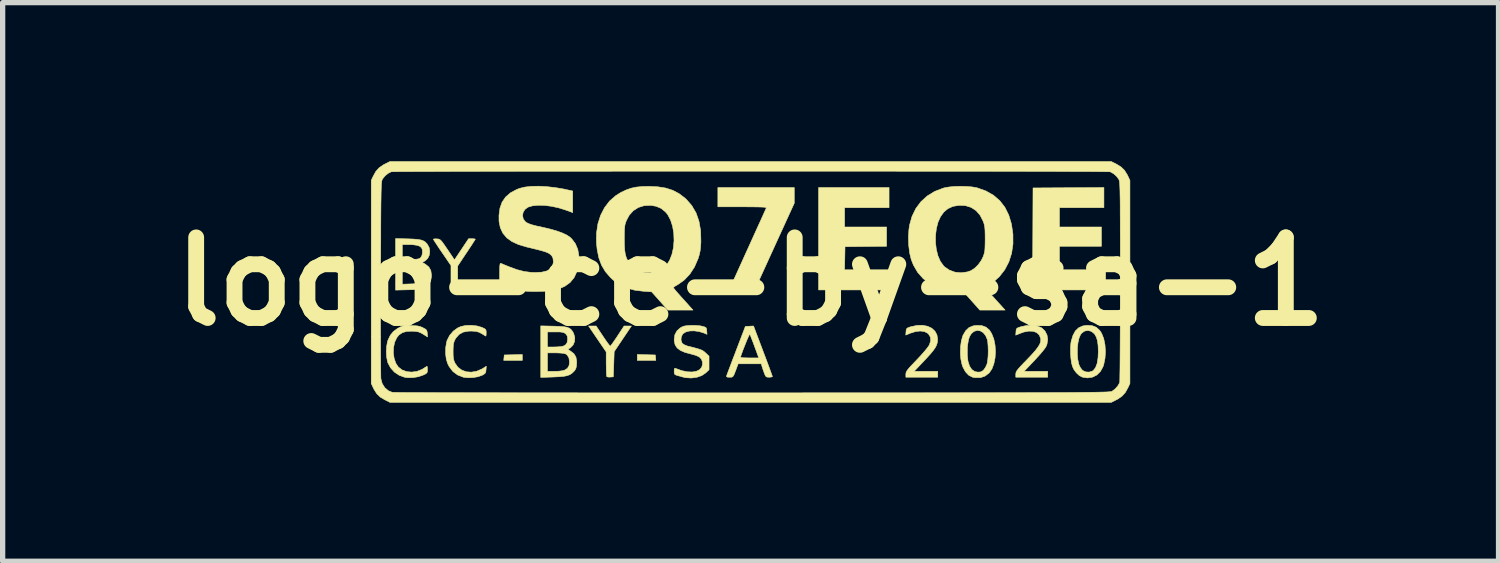
<source format=kicad_pcb>
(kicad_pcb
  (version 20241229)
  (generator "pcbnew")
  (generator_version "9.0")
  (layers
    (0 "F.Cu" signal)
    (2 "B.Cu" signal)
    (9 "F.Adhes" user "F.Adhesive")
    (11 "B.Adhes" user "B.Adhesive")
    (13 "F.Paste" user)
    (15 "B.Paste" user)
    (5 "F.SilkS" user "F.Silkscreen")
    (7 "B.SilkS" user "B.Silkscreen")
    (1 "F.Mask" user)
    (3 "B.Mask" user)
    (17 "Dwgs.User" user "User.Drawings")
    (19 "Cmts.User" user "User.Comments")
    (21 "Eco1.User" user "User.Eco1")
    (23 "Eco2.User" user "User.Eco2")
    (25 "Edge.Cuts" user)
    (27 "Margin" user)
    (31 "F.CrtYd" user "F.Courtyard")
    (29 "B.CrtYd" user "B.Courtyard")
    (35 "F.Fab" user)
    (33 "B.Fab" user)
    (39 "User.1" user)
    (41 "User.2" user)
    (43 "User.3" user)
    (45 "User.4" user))
  (footprint "logo-cc-by-sa-1"
    (layer "F.Cu")
    (at 11.147 2.275)
    (property "Reference" "logo-cc-by-sa-1" (at 0 0 0) (layer "F.SilkS") (effects (font (size 1.524 1.524) (thickness 0.3))))
    (attr through_hole)
    (fp_poly (pts (xy -1.802 1.389) (xy -1.797 1.441) (xy -1.792 1.492) (xy -2.143 1.492) (xy -2.143 1.38) (xy -1.802 1.389)) (stroke (width 0.01) (type solid)) (fill yes) (layer "F.SilkS"))
    (fp_poly (pts (xy -4.318 1.492) (xy -4.669 1.492) (xy -4.664 1.441) (xy -4.659 1.389) (xy -4.489 1.385) (xy -4.318 1.38) (xy -4.318 1.492)) (stroke (width 0.01) (type solid)) (fill yes) (layer "F.SilkS"))
    (fp_poly (pts (xy 6.683 -1.397) (xy 5.842 -1.397) (xy 5.842 -1.032) (xy 6.636 -1.032) (xy 6.636 -0.667) (xy 5.842 -0.667) (xy 5.842 -0.222) (xy 6.715 -0.222) (xy 6.715 0.159) (xy 5.334 0.159) (xy 5.338 -0.806) (xy 5.342 -1.77) (xy 6.683 -1.778) (xy 6.683 -1.397)) (stroke (width 0.01) (type solid)) (fill yes) (layer "F.SilkS"))
    (fp_poly (pts (xy 2.619 -1.397) (xy 1.778 -1.397) (xy 1.778 -1.032) (xy 2.572 -1.032) (xy 2.572 -0.667) (xy 2.179 -0.663) (xy 1.786 -0.659) (xy 1.782 -0.441) (xy 1.777 -0.222) (xy 2.651 -0.222) (xy 2.651 0.159) (xy 1.286 0.159) (xy 1.286 -1.778) (xy 2.619 -1.778) (xy 2.619 -1.397)) (stroke (width 0.01) (type solid)) (fill yes) (layer "F.SilkS"))
    (fp_poly (pts (xy -2.794 1.032) (xy -2.748 1.1) (xy -2.708 1.157) (xy -2.676 1.198) (xy -2.658 1.22) (xy -2.655 1.222) (xy -2.642 1.209) (xy -2.616 1.175) (xy -2.58 1.123) (xy -2.536 1.059) (xy -2.518 1.032) (xy -2.393 0.841) (xy -2.254 0.841) (xy -2.417 1.083) (xy -2.58 1.326) (xy -2.588 1.564) (xy -2.596 1.802) (xy -2.652 1.807) (xy -2.692 1.807) (xy -2.718 1.801) (xy -2.719 1.8) (xy -2.723 1.781) (xy -2.727 1.736) (xy -2.729 1.671) (xy -2.73 1.593) (xy -2.731 1.56) (xy -2.731 1.331) (xy -2.898 1.086) (xy -3.065 0.841) (xy -2.922 0.841) (xy -2.794 1.032)) (stroke (width 0.01) (type solid)) (fill yes) (layer "F.SilkS"))
    (fp_poly (pts (xy -5.231 -0.808) (xy -5.209 -0.803) (xy -5.207 -0.801) (xy -5.215 -0.786) (xy -5.239 -0.749) (xy -5.274 -0.694) (xy -5.32 -0.625) (xy -5.371 -0.547) (xy -5.374 -0.544) (xy -5.54 -0.294) (xy -5.54 0.159) (xy -5.667 0.159) (xy -5.667 -0.303) (xy -5.834 -0.547) (xy -5.887 -0.624) (xy -5.932 -0.693) (xy -5.969 -0.748) (xy -5.992 -0.785) (xy -6.001 -0.801) (xy -5.987 -0.806) (xy -5.951 -0.807) (xy -5.933 -0.807) (xy -5.907 -0.804) (xy -5.885 -0.798) (xy -5.865 -0.784) (xy -5.841 -0.759) (xy -5.81 -0.718) (xy -5.769 -0.658) (xy -5.733 -0.606) (xy -5.601 -0.41) (xy -5.467 -0.61) (xy -5.334 -0.81) (xy -5.27 -0.81) (xy -5.231 -0.808)) (stroke (width 0.01) (type solid)) (fill yes) (layer "F.SilkS"))
    (fp_poly (pts (xy 0.826 -1.481) (xy 0.453 -0.665) (xy 0.081 0.151) (xy -0.158 0.155) (xy -0.241 0.156) (xy -0.311 0.156) (xy -0.364 0.154) (xy -0.393 0.151) (xy -0.397 0.149) (xy -0.39 0.133) (xy -0.372 0.091) (xy -0.343 0.025) (xy -0.305 -0.062) (xy -0.258 -0.166) (xy -0.204 -0.286) (xy -0.144 -0.418) (xy -0.08 -0.56) (xy -0.054 -0.616) (xy 0.012 -0.762) (xy 0.074 -0.899) (xy 0.131 -1.025) (xy 0.182 -1.136) (xy 0.225 -1.231) (xy 0.259 -1.307) (xy 0.283 -1.36) (xy 0.295 -1.388) (xy 0.297 -1.392) (xy 0.294 -1.398) (xy 0.279 -1.403) (xy 0.248 -1.407) (xy 0.198 -1.409) (xy 0.127 -1.411) (xy 0.031 -1.412) (xy -0.092 -1.413) (xy -0.157 -1.413) (xy -0.619 -1.413) (xy -0.619 -1.778) (xy 0.826 -1.778) (xy 0.826 -1.481)) (stroke (width 0.01) (type solid)) (fill yes) (layer "F.SilkS"))
    (fp_poly (pts (xy 3.348 0.846) (xy 3.427 0.883) (xy 3.487 0.939) (xy 3.525 1.009) (xy 3.538 1.094) (xy 3.537 1.117) (xy 3.53 1.161) (xy 3.517 1.204) (xy 3.493 1.25) (xy 3.457 1.302) (xy 3.405 1.365) (xy 3.336 1.442) (xy 3.263 1.52) (xy 3.093 1.699) (xy 3.54 1.699) (xy 3.54 1.81) (xy 2.937 1.81) (xy 2.937 1.752) (xy 2.939 1.73) (xy 2.946 1.708) (xy 2.962 1.681) (xy 2.989 1.646) (xy 3.031 1.599) (xy 3.091 1.536) (xy 3.142 1.483) (xy 3.217 1.403) (xy 3.282 1.329) (xy 3.335 1.266) (xy 3.37 1.217) (xy 3.381 1.199) (xy 3.407 1.121) (xy 3.402 1.054) (xy 3.367 0.995) (xy 3.348 0.977) (xy 3.287 0.946) (xy 3.208 0.936) (xy 3.117 0.947) (xy 3.027 0.975) (xy 2.935 1.013) (xy 2.94 0.948) (xy 2.944 0.91) (xy 2.955 0.888) (xy 2.98 0.872) (xy 3.027 0.856) (xy 3.032 0.855) (xy 3.147 0.83) (xy 3.253 0.827) (xy 3.348 0.846)) (stroke (width 0.01) (type solid)) (fill yes) (layer "F.SilkS"))
    (fp_poly (pts (xy 5.415 0.84) (xy 5.492 0.869) (xy 5.506 0.877) (xy 5.568 0.936) (xy 5.607 1.012) (xy 5.62 1.097) (xy 5.606 1.186) (xy 5.588 1.23) (xy 5.567 1.263) (xy 5.528 1.313) (xy 5.475 1.376) (xy 5.413 1.445) (xy 5.365 1.497) (xy 5.173 1.699) (xy 5.62 1.699) (xy 5.62 1.81) (xy 5.016 1.81) (xy 5.016 1.752) (xy 5.018 1.73) (xy 5.025 1.707) (xy 5.041 1.681) (xy 5.068 1.647) (xy 5.109 1.601) (xy 5.167 1.54) (xy 5.223 1.483) (xy 5.315 1.386) (xy 5.385 1.307) (xy 5.435 1.242) (xy 5.468 1.188) (xy 5.485 1.141) (xy 5.489 1.098) (xy 5.486 1.075) (xy 5.46 1.011) (xy 5.412 0.966) (xy 5.344 0.941) (xy 5.261 0.938) (xy 5.166 0.956) (xy 5.111 0.976) (xy 5.015 1.014) (xy 5.02 0.948) (xy 5.023 0.912) (xy 5.033 0.89) (xy 5.056 0.874) (xy 5.1 0.859) (xy 5.12 0.853) (xy 5.219 0.832) (xy 5.321 0.828) (xy 5.415 0.84)) (stroke (width 0.01) (type solid)) (fill yes) (layer "F.SilkS"))
    (fp_poly (pts (xy 4.375 0.834) (xy 4.455 0.864) (xy 4.519 0.92) (xy 4.56 0.985) (xy 4.601 1.089) (xy 4.624 1.205) (xy 4.632 1.326) (xy 4.624 1.446) (xy 4.601 1.557) (xy 4.564 1.654) (xy 4.512 1.729) (xy 4.435 1.788) (xy 4.346 1.819) (xy 4.248 1.819) (xy 4.195 1.808) (xy 4.124 1.771) (xy 4.064 1.707) (xy 4.016 1.619) (xy 3.999 1.57) (xy 3.977 1.468) (xy 3.971 1.392) (xy 4.099 1.392) (xy 4.112 1.508) (xy 4.141 1.599) (xy 4.184 1.664) (xy 4.241 1.703) (xy 4.302 1.714) (xy 4.354 1.709) (xy 4.393 1.687) (xy 4.413 1.667) (xy 4.444 1.622) (xy 4.47 1.565) (xy 4.476 1.544) (xy 4.486 1.482) (xy 4.493 1.401) (xy 4.495 1.31) (xy 4.492 1.222) (xy 4.486 1.145) (xy 4.478 1.098) (xy 4.445 1.021) (xy 4.398 0.965) (xy 4.343 0.933) (xy 4.284 0.925) (xy 4.226 0.943) (xy 4.175 0.986) (xy 4.141 1.042) (xy 4.12 1.108) (xy 4.106 1.196) (xy 4.1 1.253) (xy 4.099 1.392) (xy 3.971 1.392) (xy 3.968 1.353) (xy 3.971 1.235) (xy 3.986 1.125) (xy 4.012 1.032) (xy 4.019 1.014) (xy 4.07 0.929) (xy 4.131 0.871) (xy 4.208 0.839) (xy 4.276 0.829) (xy 4.375 0.834)) (stroke (width 0.01) (type solid)) (fill yes) (layer "F.SilkS"))
    (fp_poly (pts (xy 6.458 0.834) (xy 6.538 0.865) (xy 6.603 0.924) (xy 6.639 0.979) (xy 6.679 1.078) (xy 6.703 1.195) (xy 6.712 1.323) (xy 6.704 1.45) (xy 6.68 1.569) (xy 6.666 1.611) (xy 6.617 1.701) (xy 6.549 1.768) (xy 6.466 1.809) (xy 6.371 1.823) (xy 6.275 1.808) (xy 6.217 1.778) (xy 6.16 1.725) (xy 6.112 1.659) (xy 6.088 1.606) (xy 6.07 1.538) (xy 6.058 1.449) (xy 6.053 1.369) (xy 6.18 1.369) (xy 6.188 1.47) (xy 6.207 1.558) (xy 6.216 1.586) (xy 6.242 1.635) (xy 6.274 1.675) (xy 6.283 1.683) (xy 6.339 1.709) (xy 6.404 1.713) (xy 6.465 1.694) (xy 6.482 1.683) (xy 6.524 1.63) (xy 6.555 1.549) (xy 6.572 1.441) (xy 6.577 1.326) (xy 6.573 1.211) (xy 6.561 1.121) (xy 6.54 1.052) (xy 6.509 0.997) (xy 6.5 0.986) (xy 6.445 0.942) (xy 6.383 0.926) (xy 6.32 0.936) (xy 6.265 0.974) (xy 6.24 1.006) (xy 6.212 1.073) (xy 6.192 1.161) (xy 6.181 1.263) (xy 6.18 1.369) (xy 6.053 1.369) (xy 6.052 1.35) (xy 6.051 1.252) (xy 6.058 1.167) (xy 6.064 1.13) (xy 6.098 1.018) (xy 6.144 0.933) (xy 6.205 0.875) (xy 6.283 0.84) (xy 6.359 0.828) (xy 6.458 0.834)) (stroke (width 0.01) (type solid)) (fill yes) (layer "F.SilkS"))
    (fp_poly (pts (xy -5.174 0.84) (xy -5.082 0.867) (xy -5.076 0.87) (xy -5.032 0.891) (xy -5.009 0.91) (xy -5.002 0.937) (xy -5.001 0.967) (xy -5.002 1.008) (xy -5.006 1.03) (xy -5.008 1.032) (xy -5.024 1.024) (xy -5.057 1.003) (xy -5.073 0.993) (xy -5.133 0.96) (xy -5.199 0.942) (xy -5.281 0.937) (xy -5.34 0.939) (xy -5.436 0.957) (xy -5.512 0.999) (xy -5.572 1.067) (xy -5.592 1.1) (xy -5.609 1.14) (xy -5.62 1.182) (xy -5.625 1.238) (xy -5.627 1.315) (xy -5.627 1.318) (xy -5.626 1.395) (xy -5.621 1.451) (xy -5.611 1.495) (xy -5.594 1.537) (xy -5.59 1.545) (xy -5.536 1.621) (xy -5.463 1.675) (xy -5.377 1.707) (xy -5.281 1.714) (xy -5.181 1.697) (xy -5.081 1.654) (xy -5.059 1.641) (xy -4.999 1.602) (xy -5.004 1.67) (xy -5.009 1.712) (xy -5.023 1.738) (xy -5.053 1.76) (xy -5.082 1.775) (xy -5.155 1.8) (xy -5.245 1.816) (xy -5.339 1.82) (xy -5.422 1.812) (xy -5.434 1.809) (xy -5.542 1.767) (xy -5.631 1.701) (xy -5.701 1.609) (xy -5.728 1.557) (xy -5.756 1.468) (xy -5.769 1.362) (xy -5.767 1.251) (xy -5.75 1.147) (xy -5.74 1.112) (xy -5.693 1.02) (xy -5.624 0.939) (xy -5.539 0.877) (xy -5.478 0.85) (xy -5.386 0.831) (xy -5.28 0.828) (xy -5.174 0.84)) (stroke (width 0.01) (type solid)) (fill yes) (layer "F.SilkS"))
    (fp_poly (pts (xy -6.353 0.835) (xy -6.298 0.84) (xy -6.254 0.85) (xy -6.211 0.867) (xy -6.199 0.873) (xy -6.153 0.898) (xy -6.129 0.919) (xy -6.119 0.947) (xy -6.115 0.98) (xy -6.11 1.048) (xy -6.193 0.996) (xy -6.243 0.968) (xy -6.288 0.951) (xy -6.342 0.943) (xy -6.398 0.939) (xy -6.502 0.943) (xy -6.585 0.966) (xy -6.65 1.01) (xy -6.691 1.061) (xy -6.732 1.146) (xy -6.753 1.246) (xy -6.757 1.351) (xy -6.742 1.454) (xy -6.71 1.546) (xy -6.663 1.617) (xy -6.592 1.672) (xy -6.506 1.704) (xy -6.41 1.713) (xy -6.311 1.7) (xy -6.217 1.663) (xy -6.184 1.643) (xy -6.148 1.619) (xy -6.123 1.605) (xy -6.119 1.603) (xy -6.115 1.617) (xy -6.112 1.653) (xy -6.112 1.668) (xy -6.113 1.704) (xy -6.123 1.728) (xy -6.147 1.747) (xy -6.193 1.769) (xy -6.198 1.771) (xy -6.283 1.8) (xy -6.382 1.817) (xy -6.479 1.819) (xy -6.54 1.812) (xy -6.645 1.774) (xy -6.737 1.713) (xy -6.81 1.632) (xy -6.86 1.538) (xy -6.866 1.519) (xy -6.884 1.43) (xy -6.89 1.328) (xy -6.884 1.227) (xy -6.868 1.138) (xy -6.859 1.11) (xy -6.814 1.016) (xy -6.756 0.945) (xy -6.679 0.888) (xy -6.665 0.881) (xy -6.622 0.858) (xy -6.584 0.844) (xy -6.541 0.837) (xy -6.484 0.834) (xy -6.429 0.833) (xy -6.353 0.835)) (stroke (width 0.01) (type solid)) (fill yes) (layer "F.SilkS"))
    (fp_poly (pts (xy 0.234 1.313) (xy 0.278 1.429) (xy 0.318 1.535) (xy 0.352 1.628) (xy 0.38 1.704) (xy 0.4 1.76) (xy 0.411 1.792) (xy 0.413 1.798) (xy 0.399 1.805) (xy 0.364 1.809) (xy 0.35 1.81) (xy 0.315 1.808) (xy 0.293 1.799) (xy 0.276 1.774) (xy 0.257 1.728) (xy 0.256 1.723) (xy 0.236 1.668) (xy 0.22 1.618) (xy 0.213 1.596) (xy 0.203 1.556) (xy -0.235 1.556) (xy -0.263 1.631) (xy -0.291 1.706) (xy -0.311 1.757) (xy -0.327 1.787) (xy -0.343 1.803) (xy -0.362 1.809) (xy -0.388 1.81) (xy -0.397 1.81) (xy -0.438 1.808) (xy -0.455 1.799) (xy -0.453 1.782) (xy -0.446 1.761) (xy -0.428 1.713) (xy -0.402 1.644) (xy -0.369 1.557) (xy -0.331 1.456) (xy -0.322 1.434) (xy -0.191 1.434) (xy -0.176 1.438) (xy -0.136 1.442) (xy -0.077 1.444) (xy -0.018 1.445) (xy 0.155 1.445) (xy 0.075 1.226) (xy 0.046 1.148) (xy 0.02 1.081) (xy -0.00009 1.029) (xy -0.013 1) (xy -0.015 0.996) (xy -0.023 1.006) (xy -0.04 1.041) (xy -0.063 1.092) (xy -0.089 1.156) (xy -0.116 1.224) (xy -0.143 1.292) (xy -0.165 1.353) (xy -0.182 1.401) (xy -0.19 1.431) (xy -0.191 1.434) (xy -0.322 1.434) (xy -0.288 1.345) (xy -0.272 1.302) (xy -0.099 0.849) (xy -0.022 0.845) (xy 0.056 0.841) (xy 0.234 1.313)) (stroke (width 0.01) (type solid)) (fill yes) (layer "F.SilkS"))
    (fp_poly (pts (xy -6.481 -0.807) (xy -6.373 -0.803) (xy -6.292 -0.796) (xy -6.231 -0.785) (xy -6.186 -0.768) (xy -6.15 -0.745) (xy -6.12 -0.712) (xy -6.114 -0.705) (xy -6.079 -0.64) (xy -6.068 -0.568) (xy -6.078 -0.496) (xy -6.109 -0.435) (xy -6.154 -0.394) (xy -6.209 -0.361) (xy -6.15 -0.327) (xy -6.086 -0.276) (xy -6.048 -0.208) (xy -6.036 -0.122) (xy -6.037 -0.091) (xy -6.051 -0.008) (xy -6.084 0.054) (xy -6.14 0.102) (xy -6.168 0.118) (xy -6.197 0.131) (xy -6.23 0.141) (xy -6.274 0.147) (xy -6.333 0.152) (xy -6.415 0.155) (xy -6.473 0.156) (xy -6.715 0.162) (xy -6.715 -0.302) (xy -6.588 -0.302) (xy -6.588 0.051) (xy -6.422 0.045) (xy -6.346 0.042) (xy -6.295 0.038) (xy -6.262 0.031) (xy -6.238 0.019) (xy -6.217 0.001) (xy -6.214 -0.002) (xy -6.181 -0.054) (xy -6.17 -0.117) (xy -6.178 -0.182) (xy -6.205 -0.239) (xy -6.249 -0.279) (xy -6.265 -0.286) (xy -6.298 -0.293) (xy -6.354 -0.299) (xy -6.421 -0.301) (xy -6.446 -0.302) (xy -6.588 -0.302) (xy -6.715 -0.302) (xy -6.715 -0.699) (xy -6.588 -0.699) (xy -6.588 -0.41) (xy -6.431 -0.415) (xy -6.354 -0.419) (xy -6.301 -0.425) (xy -6.267 -0.434) (xy -6.243 -0.448) (xy -6.241 -0.451) (xy -6.217 -0.49) (xy -6.206 -0.546) (xy -6.21 -0.604) (xy -6.217 -0.626) (xy -6.246 -0.661) (xy -6.301 -0.684) (xy -6.385 -0.696) (xy -6.452 -0.699) (xy -6.588 -0.699) (xy -6.715 -0.699) (xy -6.715 -0.813) (xy -6.481 -0.807)) (stroke (width 0.01) (type solid)) (fill yes) (layer "F.SilkS"))
    (fp_poly (pts (xy -3.727 0.844) (xy -3.616 0.848) (xy -3.532 0.854) (xy -3.47 0.866) (xy -3.425 0.884) (xy -3.392 0.911) (xy -3.365 0.948) (xy -3.347 0.981) (xy -3.325 1.057) (xy -3.329 1.133) (xy -3.357 1.2) (xy -3.407 1.252) (xy -3.427 1.264) (xy -3.448 1.276) (xy -3.448 1.287) (xy -3.425 1.304) (xy -3.406 1.315) (xy -3.342 1.365) (xy -3.304 1.427) (xy -3.29 1.507) (xy -3.29 1.552) (xy -3.296 1.612) (xy -3.308 1.653) (xy -3.33 1.687) (xy -3.342 1.7) (xy -3.379 1.735) (xy -3.418 1.761) (xy -3.466 1.779) (xy -3.527 1.792) (xy -3.607 1.8) (xy -3.713 1.805) (xy -3.735 1.806) (xy -3.969 1.814) (xy -3.969 1.349) (xy -3.842 1.349) (xy -3.842 1.699) (xy -3.706 1.699) (xy -3.626 1.696) (xy -3.558 1.687) (xy -3.517 1.676) (xy -3.463 1.641) (xy -3.433 1.588) (xy -3.425 1.52) (xy -3.436 1.445) (xy -3.468 1.391) (xy -3.503 1.367) (xy -3.536 1.359) (xy -3.591 1.353) (xy -3.658 1.35) (xy -3.692 1.349) (xy -3.842 1.349) (xy -3.969 1.349) (xy -3.969 0.953) (xy -3.842 0.953) (xy -3.842 1.238) (xy -3.717 1.238) (xy -3.65 1.236) (xy -3.588 1.23) (xy -3.545 1.222) (xy -3.542 1.221) (xy -3.496 1.195) (xy -3.47 1.155) (xy -3.461 1.094) (xy -3.461 1.082) (xy -3.467 1.032) (xy -3.489 0.998) (xy -3.503 0.985) (xy -3.528 0.969) (xy -3.558 0.96) (xy -3.602 0.954) (xy -3.668 0.953) (xy -3.693 0.953) (xy -3.842 0.953) (xy -3.969 0.953) (xy -3.969 0.839) (xy -3.727 0.844)) (stroke (width 0.01) (type solid)) (fill yes) (layer "F.SilkS"))
    (fp_poly (pts (xy -1.039 0.83) (xy -0.958 0.837) (xy -0.913 0.846) (xy -0.866 0.86) (xy -0.842 0.874) (xy -0.832 0.899) (xy -0.829 0.933) (xy -0.824 0.999) (xy -0.883 0.974) (xy -0.974 0.946) (xy -1.066 0.933) (xy -1.151 0.935) (xy -1.224 0.953) (xy -1.277 0.986) (xy -1.286 0.996) (xy -1.311 1.048) (xy -1.316 1.106) (xy -1.299 1.158) (xy -1.287 1.174) (xy -1.252 1.197) (xy -1.203 1.217) (xy -1.187 1.222) (xy -1.089 1.246) (xy -1.016 1.266) (xy -0.963 1.282) (xy -0.925 1.297) (xy -0.896 1.313) (xy -0.871 1.332) (xy -0.85 1.351) (xy -0.786 1.411) (xy -0.786 1.669) (xy -0.851 1.73) (xy -0.924 1.779) (xy -1.016 1.811) (xy -1.119 1.825) (xy -1.222 1.819) (xy -1.246 1.815) (xy -1.279 1.807) (xy -1.329 1.793) (xy -1.361 1.784) (xy -1.409 1.77) (xy -1.434 1.756) (xy -1.443 1.735) (xy -1.445 1.698) (xy -1.445 1.696) (xy -1.443 1.656) (xy -1.435 1.641) (xy -1.417 1.644) (xy -1.417 1.644) (xy -1.304 1.685) (xy -1.199 1.707) (xy -1.106 1.711) (xy -1.027 1.698) (xy -0.966 1.669) (xy -0.925 1.623) (xy -0.909 1.563) (xy -0.912 1.515) (xy -0.931 1.466) (xy -0.969 1.428) (xy -1.031 1.398) (xy -1.12 1.373) (xy -1.124 1.372) (xy -1.24 1.341) (xy -1.328 1.303) (xy -1.389 1.256) (xy -1.427 1.199) (xy -1.443 1.128) (xy -1.445 1.096) (xy -1.432 1.005) (xy -1.392 0.932) (xy -1.333 0.879) (xy -1.295 0.857) (xy -1.257 0.843) (xy -1.209 0.835) (xy -1.14 0.83) (xy -1.13 0.83) (xy -1.039 0.83)) (stroke (width 0.01) (type solid)) (fill yes) (layer "F.SilkS"))
    (fp_poly (pts (xy 4.088 -1.798) (xy 4.194 -1.789) (xy 4.28 -1.773) (xy 4.286 -1.772) (xy 4.451 -1.713) (xy 4.594 -1.632) (xy 4.713 -1.529) (xy 4.81 -1.404) (xy 4.883 -1.257) (xy 4.934 -1.088) (xy 4.962 -0.897) (xy 4.962 -0.897) (xy 4.963 -0.711) (xy 4.937 -0.535) (xy 4.885 -0.372) (xy 4.808 -0.224) (xy 4.707 -0.094) (xy 4.584 0.017) (xy 4.521 0.059) (xy 4.428 0.116) (xy 4.481 0.173) (xy 4.512 0.207) (xy 4.559 0.258) (xy 4.614 0.319) (xy 4.672 0.383) (xy 4.674 0.385) (xy 4.814 0.54) (xy 4.336 0.54) (xy 4.182 0.367) (xy 4.028 0.195) (xy 3.883 0.186) (xy 3.699 0.161) (xy 3.533 0.112) (xy 3.388 0.039) (xy 3.263 -0.057) (xy 3.159 -0.175) (xy 3.079 -0.314) (xy 3.038 -0.419) (xy 3.008 -0.542) (xy 2.991 -0.684) (xy 2.989 -0.738) (xy 3.498 -0.738) (xy 3.513 -0.609) (xy 3.543 -0.488) (xy 3.589 -0.382) (xy 3.651 -0.296) (xy 3.67 -0.277) (xy 3.762 -0.215) (xy 3.867 -0.177) (xy 3.981 -0.166) (xy 4.095 -0.181) (xy 4.167 -0.205) (xy 4.237 -0.25) (xy 4.305 -0.317) (xy 4.364 -0.399) (xy 4.399 -0.47) (xy 4.413 -0.51) (xy 4.424 -0.549) (xy 4.431 -0.593) (xy 4.434 -0.65) (xy 4.436 -0.726) (xy 4.437 -0.802) (xy 4.436 -0.897) (xy 4.434 -0.968) (xy 4.43 -1.021) (xy 4.423 -1.064) (xy 4.412 -1.105) (xy 4.398 -1.143) (xy 4.341 -1.254) (xy 4.265 -1.341) (xy 4.172 -1.402) (xy 4.063 -1.436) (xy 3.94 -1.441) (xy 3.939 -1.441) (xy 3.825 -1.421) (xy 3.73 -1.377) (xy 3.656 -1.315) (xy 3.593 -1.229) (xy 3.545 -1.122) (xy 3.514 -1.001) (xy 3.498 -0.871) (xy 3.498 -0.738) (xy 2.989 -0.738) (xy 2.986 -0.832) (xy 2.994 -0.977) (xy 3.006 -1.064) (xy 3.053 -1.231) (xy 3.125 -1.38) (xy 3.221 -1.509) (xy 3.341 -1.618) (xy 3.481 -1.704) (xy 3.642 -1.766) (xy 3.667 -1.773) (xy 3.751 -1.788) (xy 3.856 -1.798) (xy 3.972 -1.801) (xy 4.088 -1.798)) (stroke (width 0.01) (type solid)) (fill yes) (layer "F.SilkS"))
    (fp_poly (pts (xy -3.857 -1.795) (xy -3.697 -1.777) (xy -3.536 -1.75) (xy -3.473 -1.736) (xy -3.365 -1.712) (xy -3.365 -1.304) (xy -3.491 -1.35) (xy -3.627 -1.393) (xy -3.765 -1.423) (xy -3.898 -1.44) (xy -4.02 -1.443) (xy -4.125 -1.432) (xy -4.209 -1.407) (xy -4.211 -1.406) (xy -4.268 -1.364) (xy -4.302 -1.309) (xy -4.313 -1.247) (xy -4.3 -1.185) (xy -4.261 -1.132) (xy -4.241 -1.117) (xy -4.2 -1.096) (xy -4.139 -1.074) (xy -4.072 -1.057) (xy -4.067 -1.055) (xy -3.899 -1.018) (xy -3.76 -0.984) (xy -3.647 -0.95) (xy -3.555 -0.916) (xy -3.481 -0.881) (xy -3.423 -0.844) (xy -3.385 -0.81) (xy -3.315 -0.718) (xy -3.268 -0.607) (xy -3.247 -0.481) (xy -3.251 -0.341) (xy -3.253 -0.325) (xy -3.285 -0.189) (xy -3.338 -0.074) (xy -3.415 0.019) (xy -3.516 0.091) (xy -3.641 0.145) (xy -3.73 0.168) (xy -3.786 0.176) (xy -3.864 0.182) (xy -3.956 0.186) (xy -4.053 0.188) (xy -4.144 0.188) (xy -4.222 0.185) (xy -4.27 0.18) (xy -4.349 0.166) (xy -4.443 0.145) (xy -4.539 0.122) (xy -4.623 0.1) (xy -4.647 0.093) (xy -4.747 0.062) (xy -4.747 -0.145) (xy -4.746 -0.233) (xy -4.744 -0.293) (xy -4.739 -0.329) (xy -4.732 -0.344) (xy -4.727 -0.345) (xy -4.704 -0.336) (xy -4.66 -0.317) (xy -4.601 -0.293) (xy -4.569 -0.28) (xy -4.42 -0.225) (xy -4.284 -0.19) (xy -4.15 -0.173) (xy -4.072 -0.171) (xy -3.951 -0.177) (xy -3.858 -0.199) (xy -3.791 -0.236) (xy -3.749 -0.289) (xy -3.731 -0.359) (xy -3.731 -0.38) (xy -3.738 -0.443) (xy -3.76 -0.486) (xy -3.763 -0.489) (xy -3.784 -0.51) (xy -3.808 -0.528) (xy -3.837 -0.544) (xy -3.877 -0.56) (xy -3.931 -0.577) (xy -4.004 -0.597) (xy -4.099 -0.621) (xy -4.22 -0.65) (xy -4.231 -0.652) (xy -4.387 -0.698) (xy -4.514 -0.756) (xy -4.613 -0.828) (xy -4.686 -0.915) (xy -4.734 -1.018) (xy -4.758 -1.138) (xy -4.759 -1.251) (xy -4.741 -1.387) (xy -4.7 -1.502) (xy -4.634 -1.598) (xy -4.543 -1.677) (xy -4.424 -1.741) (xy -4.363 -1.764) (xy -4.267 -1.787) (xy -4.147 -1.8) (xy -4.009 -1.803) (xy -3.857 -1.795)) (stroke (width 0.01) (type solid)) (fill yes) (layer "F.SilkS"))
    (fp_poly (pts (xy -1.755 -1.792) (xy -1.604 -1.768) (xy -1.471 -1.725) (xy -1.352 -1.662) (xy -1.24 -1.577) (xy -1.217 -1.556) (xy -1.112 -1.436) (xy -1.031 -1.297) (xy -0.976 -1.138) (xy -0.945 -0.96) (xy -0.94 -0.763) (xy -0.94 -0.747) (xy -0.946 -0.652) (xy -0.955 -0.576) (xy -0.97 -0.508) (xy -0.992 -0.435) (xy -0.995 -0.428) (xy -1.062 -0.274) (xy -1.15 -0.139) (xy -1.256 -0.027) (xy -1.377 0.059) (xy -1.392 0.067) (xy -1.432 0.09) (xy -1.456 0.109) (xy -1.46 0.115) (xy -1.45 0.131) (xy -1.423 0.165) (xy -1.381 0.214) (xy -1.329 0.273) (xy -1.307 0.298) (xy -1.249 0.362) (xy -1.196 0.42) (xy -1.154 0.468) (xy -1.126 0.499) (xy -1.121 0.504) (xy -1.09 0.54) (xy -1.327 0.54) (xy -1.564 0.54) (xy -1.717 0.368) (xy -1.871 0.195) (xy -2.019 0.185) (xy -2.191 0.164) (xy -2.341 0.123) (xy -2.473 0.061) (xy -2.592 -0.023) (xy -2.652 -0.078) (xy -2.747 -0.188) (xy -2.819 -0.31) (xy -2.87 -0.447) (xy -2.902 -0.604) (xy -2.915 -0.73) (xy -2.915 -0.81) (xy -2.389 -0.81) (xy -2.387 -0.688) (xy -2.381 -0.592) (xy -2.369 -0.514) (xy -2.35 -0.45) (xy -2.323 -0.393) (xy -2.286 -0.336) (xy -2.212 -0.259) (xy -2.119 -0.205) (xy -2.015 -0.174) (xy -1.903 -0.169) (xy -1.79 -0.189) (xy -1.719 -0.216) (xy -1.664 -0.248) (xy -1.614 -0.286) (xy -1.594 -0.306) (xy -1.532 -0.401) (xy -1.487 -0.515) (xy -1.459 -0.642) (xy -1.448 -0.777) (xy -1.453 -0.913) (xy -1.475 -1.043) (xy -1.513 -1.162) (xy -1.567 -1.264) (xy -1.608 -1.315) (xy -1.691 -1.383) (xy -1.789 -1.424) (xy -1.891 -1.441) (xy -2.013 -1.435) (xy -2.123 -1.401) (xy -2.218 -1.34) (xy -2.296 -1.254) (xy -2.351 -1.15) (xy -2.365 -1.11) (xy -2.376 -1.072) (xy -2.382 -1.029) (xy -2.386 -0.974) (xy -2.388 -0.9) (xy -2.389 -0.81) (xy -2.915 -0.81) (xy -2.914 -0.917) (xy -2.888 -1.091) (xy -2.837 -1.252) (xy -2.763 -1.396) (xy -2.668 -1.521) (xy -2.551 -1.624) (xy -2.453 -1.685) (xy -2.354 -1.732) (xy -2.261 -1.765) (xy -2.163 -1.786) (xy -2.051 -1.797) (xy -1.929 -1.8) (xy -1.755 -1.792)) (stroke (width 0.01) (type solid)) (fill yes) (layer "F.SilkS"))
    (fp_poly (pts (xy 6.918 -2.222) (xy 7.005 -2.169) (xy 7.071 -2.105) (xy 7.124 -2.021) (xy 7.138 -1.992) (xy 7.175 -1.913) (xy 7.175 1.929) (xy 7.138 2.008) (xy 7.087 2.1) (xy 7.025 2.168) (xy 6.946 2.223) (xy 6.918 2.237) (xy 6.821 2.286) (xy -6.821 2.286) (xy -6.918 2.237) (xy -7.005 2.185) (xy -7.071 2.121) (xy -7.124 2.037) (xy -7.138 2.008) (xy -7.175 1.929) (xy -7.175 0.838) (xy -6.999 0.838) (xy -6.999 1.034) (xy -6.998 1.213) (xy -6.998 1.374) (xy -6.997 1.515) (xy -6.996 1.633) (xy -6.995 1.726) (xy -6.994 1.793) (xy -6.993 1.831) (xy -6.993 1.837) (xy -6.968 1.93) (xy -6.919 2.008) (xy -6.852 2.065) (xy -6.777 2.096) (xy -6.757 2.096) (xy -6.707 2.097) (xy -6.627 2.098) (xy -6.519 2.099) (xy -6.383 2.1) (xy -6.22 2.1) (xy -6.032 2.101) (xy -5.82 2.102) (xy -5.584 2.102) (xy -5.326 2.103) (xy -5.046 2.103) (xy -4.746 2.104) (xy -4.427 2.104) (xy -4.09 2.105) (xy -3.735 2.105) (xy -3.364 2.105) (xy -2.979 2.106) (xy -2.579 2.106) (xy -2.166 2.106) (xy -1.741 2.106) (xy -1.305 2.106) (xy -0.86 2.106) (xy -0.405 2.106) (xy 0.032 2.106) (xy 0.585 2.106) (xy 1.106 2.105) (xy 1.598 2.105) (xy 2.061 2.105) (xy 2.496 2.105) (xy 2.903 2.105) (xy 3.284 2.104) (xy 3.64 2.104) (xy 3.971 2.104) (xy 4.278 2.103) (xy 4.562 2.103) (xy 4.824 2.102) (xy 5.065 2.102) (xy 5.286 2.101) (xy 5.488 2.101) (xy 5.671 2.1) (xy 5.837 2.1) (xy 5.986 2.099) (xy 6.12 2.098) (xy 6.238 2.097) (xy 6.343 2.096) (xy 6.434 2.095) (xy 6.514 2.094) (xy 6.582 2.093) (xy 6.64 2.091) (xy 6.688 2.09) (xy 6.727 2.089) (xy 6.759 2.087) (xy 6.784 2.085) (xy 6.803 2.083) (xy 6.817 2.082) (xy 6.827 2.08) (xy 6.834 2.077) (xy 6.836 2.076) (xy 6.893 2.034) (xy 6.943 1.979) (xy 6.976 1.922) (xy 6.981 1.908) (xy 6.983 1.887) (xy 6.984 1.836) (xy 6.985 1.757) (xy 6.987 1.653) (xy 6.988 1.525) (xy 6.989 1.375) (xy 6.99 1.206) (xy 6.991 1.019) (xy 6.992 0.817) (xy 6.992 0.601) (xy 6.993 0.373) (xy 6.993 0.136) (xy 6.993 -0.008) (xy 6.993 -0.292) (xy 6.993 -0.547) (xy 6.993 -0.773) (xy 6.992 -0.972) (xy 6.992 -1.146) (xy 6.991 -1.298) (xy 6.991 -1.428) (xy 6.99 -1.538) (xy 6.988 -1.63) (xy 6.987 -1.706) (xy 6.985 -1.768) (xy 6.983 -1.816) (xy 6.981 -1.854) (xy 6.978 -1.882) (xy 6.975 -1.903) (xy 6.971 -1.917) (xy 6.967 -1.928) (xy 6.966 -1.931) (xy 6.924 -1.988) (xy 6.869 -2.038) (xy 6.811 -2.071) (xy 6.797 -2.076) (xy 6.778 -2.077) (xy 6.729 -2.077) (xy 6.65 -2.078) (xy 6.543 -2.079) (xy 6.41 -2.08) (xy 6.251 -2.081) (xy 6.068 -2.081) (xy 5.862 -2.082) (xy 5.635 -2.083) (xy 5.387 -2.083) (xy 5.12 -2.084) (xy 4.835 -2.084) (xy 4.533 -2.085) (xy 4.216 -2.085) (xy 3.885 -2.085) (xy 3.541 -2.086) (xy 3.185 -2.086) (xy 2.82 -2.086) (xy 2.445 -2.087) (xy 2.062 -2.087) (xy 1.673 -2.087) (xy 1.278 -2.087) (xy 0.88 -2.087) (xy 0.478 -2.087) (xy 0.075 -2.087) (xy -0.328 -2.087) (xy -0.73 -2.087) (xy -1.129 -2.087) (xy -1.525 -2.087) (xy -1.917 -2.087) (xy -2.302 -2.087) (xy -2.68 -2.086) (xy -3.05 -2.086) (xy -3.409 -2.086) (xy -3.758 -2.086) (xy -4.094 -2.085) (xy -4.416 -2.085) (xy -4.724 -2.084) (xy -5.015 -2.084) (xy -5.289 -2.083) (xy -5.544 -2.083) (xy -5.78 -2.082) (xy -5.994 -2.081) (xy -6.186 -2.081) (xy -6.354 -2.08) (xy -6.497 -2.079) (xy -6.613 -2.079) (xy -6.703 -2.078) (xy -6.763 -2.077) (xy -6.794 -2.076) (xy -6.797 -2.076) (xy -6.853 -2.048) (xy -6.911 -2.002) (xy -6.957 -1.946) (xy -6.966 -1.931) (xy -6.97 -1.922) (xy -6.974 -1.909) (xy -6.977 -1.89) (xy -6.98 -1.864) (xy -6.983 -1.83) (xy -6.985 -1.785) (xy -6.987 -1.727) (xy -6.989 -1.655) (xy -6.99 -1.567) (xy -6.992 -1.462) (xy -6.993 -1.337) (xy -6.994 -1.191) (xy -6.995 -1.022) (xy -6.995 -0.829) (xy -6.996 -0.609) (xy -6.997 -0.361) (xy -6.998 -0.083) (xy -6.998 -0.064) (xy -6.998 0.176) (xy -6.999 0.407) (xy -6.999 0.629) (xy -6.999 0.838) (xy -7.175 0.838) (xy -7.175 -1.913) (xy -7.138 -1.992) (xy -7.087 -2.084) (xy -7.025 -2.152) (xy -6.946 -2.207) (xy -6.918 -2.222) (xy -6.821 -2.27) (xy 6.821 -2.27) (xy 6.918 -2.222)) (stroke (width 0.01) (type solid)) (fill yes) (layer "F.SilkS")))
  (gr_rect
    (start -3 -3)
    (end 25.294 7.566)
    (stroke (width 0.1) (type default))
    (fill no)
    (layer "Edge.Cuts")))
</source>
